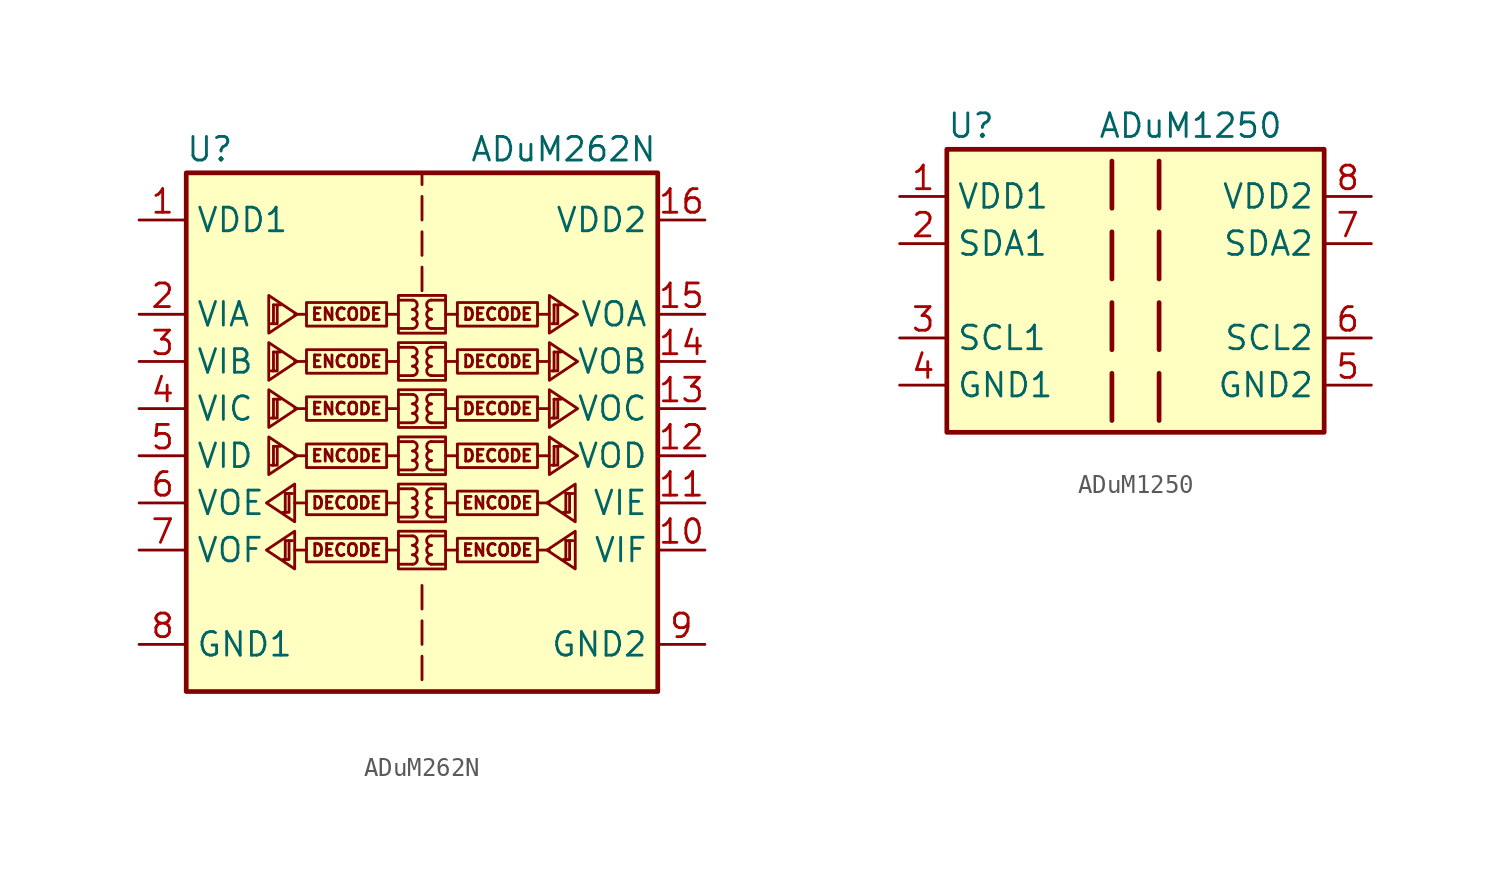
<source format=kicad_sym>
(kicad_symbol_lib
  (version 20220914)
  (generator kicad_symbol_editor)
  (symbol "ADuM262N"
    (property "Reference" "U"
      (at -11.43 16.51 0)
      (effects (font (size 1.27 1.27))))
    (property "Value" "ADuM262N"
      (at 7.62 16.51 0)
      (effects (font (size 1.27 1.27))))
    (symbol "ADuM262N_1_0"
      (rectangle (start -1.27 -4.064) (end 1.27 -6.096) (stroke (width 0) (type default)) (fill (type none)))
      (rectangle (start -1.27 -1.524) (end 1.27 -3.556) (stroke (width 0) (type default)) (fill (type none)))
      (rectangle (start -1.27 1.016) (end 1.27 -1.016) (stroke (width 0) (type default)) (fill (type none)))
      (rectangle (start -1.27 3.556) (end 1.27 1.524) (stroke (width 0) (type default)) (fill (type none)))
      (rectangle (start -1.27 6.096) (end 1.27 4.064) (stroke (width 0) (type default)) (fill (type none)))
      (rectangle (start -1.27 8.636) (end 1.27 6.604) (stroke (width 0) (type default)) (fill (type none)))
      (arc (start -0.508 -5.842) (mid -0.2551 -5.588) (end -0.508 -5.334) (stroke (width 0) (type default)) (fill (type none)))
      (arc (start -0.508 -5.334) (mid -0.2551 -5.08) (end -0.508 -4.826) (stroke (width 0) (type default)) (fill (type none)))
      (arc (start -0.508 -4.826) (mid -0.2551 -4.572) (end -0.508 -4.318) (stroke (width 0) (type default)) (fill (type none)))
      (arc (start -0.508 -3.302) (mid -0.2551 -3.048) (end -0.508 -2.794) (stroke (width 0) (type default)) (fill (type none)))
      (arc (start -0.508 -2.794) (mid -0.2551 -2.54) (end -0.508 -2.286) (stroke (width 0) (type default)) (fill (type none)))
      (arc (start -0.508 -2.286) (mid -0.2551 -2.032) (end -0.508 -1.778) (stroke (width 0) (type default)) (fill (type none)))
      (arc (start -0.508 -0.762) (mid -0.2551 -0.508) (end -0.508 -0.254) (stroke (width 0) (type default)) (fill (type none)))
      (arc (start -0.508 -0.254) (mid -0.2551 0) (end -0.508 0.254) (stroke (width 0) (type default)) (fill (type none)))
      (arc (start -0.508 0.254) (mid -0.2551 0.508) (end -0.508 0.762) (stroke (width 0) (type default)) (fill (type none)))
      (arc (start -0.508 1.778) (mid -0.2551 2.032) (end -0.508 2.286) (stroke (width 0) (type default)) (fill (type none)))
      (arc (start -0.508 2.286) (mid -0.2551 2.54) (end -0.508 2.794) (stroke (width 0) (type default)) (fill (type none)))
      (arc (start -0.508 2.794) (mid -0.2551 3.048) (end -0.508 3.302) (stroke (width 0) (type default)) (fill (type none)))
      (arc (start -0.508 4.318) (mid -0.2551 4.572) (end -0.508 4.826) (stroke (width 0) (type default)) (fill (type none)))
      (arc (start -0.508 4.826) (mid -0.2551 5.08) (end -0.508 5.334) (stroke (width 0) (type default)) (fill (type none)))
      (arc (start -0.508 5.334) (mid -0.2551 5.588) (end -0.508 5.842) (stroke (width 0) (type default)) (fill (type none)))
      (arc (start -0.508 6.858) (mid -0.2551 7.112) (end -0.508 7.366) (stroke (width 0) (type default)) (fill (type none)))
      (arc (start -0.508 7.366) (mid -0.2551 7.62) (end -0.508 7.874) (stroke (width 0) (type default)) (fill (type none)))
      (arc (start -0.508 7.874) (mid -0.2551 8.128) (end -0.508 8.382) (stroke (width 0) (type default)) (fill (type none)))
      (polyline (pts (xy -6.223 -5.08) (xy -6.858 -5.08)) (stroke (width 0) (type default)) (fill (type none)))
      (polyline (pts (xy -6.223 -2.54) (xy -6.858 -2.54)) (stroke (width 0) (type default)) (fill (type none)))
      (polyline (pts (xy -6.223 0) (xy -6.858 0)) (stroke (width 0) (type default)) (fill (type none)))
      (polyline (pts (xy -6.223 2.54) (xy -6.858 2.54)) (stroke (width 0) (type default)) (fill (type none)))
      (polyline (pts (xy -6.223 5.08) (xy -6.858 5.08)) (stroke (width 0) (type default)) (fill (type none)))
      (polyline (pts (xy -6.223 7.62) (xy -6.858 7.62)) (stroke (width 0) (type default)) (fill (type none)))
      (polyline (pts (xy -1.905 -5.08) (xy -1.27 -5.08)) (stroke (width 0) (type default)) (fill (type none)))
      (polyline (pts (xy -1.905 -2.54) (xy -1.27 -2.54)) (stroke (width 0) (type default)) (fill (type none)))
      (polyline (pts (xy -1.905 0) (xy -1.27 0)) (stroke (width 0) (type default)) (fill (type none)))
      (polyline (pts (xy -1.905 2.54) (xy -1.27 2.54)) (stroke (width 0) (type default)) (fill (type none)))
      (polyline (pts (xy -1.905 5.08) (xy -1.27 5.08)) (stroke (width 0) (type default)) (fill (type none)))
      (polyline (pts (xy -1.905 7.62) (xy -1.27 7.62)) (stroke (width 0) (type default)) (fill (type none)))
      (polyline (pts (xy -1.27 -5.842) (xy -0.508 -5.842)) (stroke (width 0) (type default)) (fill (type none)))
      (polyline (pts (xy -1.27 -4.318) (xy -0.508 -4.318)) (stroke (width 0) (type default)) (fill (type none)))
      (polyline (pts (xy -1.27 -3.302) (xy -0.508 -3.302)) (stroke (width 0) (type default)) (fill (type none)))
      (polyline (pts (xy -1.27 -1.778) (xy -0.508 -1.778)) (stroke (width 0) (type default)) (fill (type none)))
      (polyline (pts (xy -1.27 -0.762) (xy -0.508 -0.762)) (stroke (width 0) (type default)) (fill (type none)))
      (polyline (pts (xy -1.27 0.762) (xy -0.508 0.762)) (stroke (width 0) (type default)) (fill (type none)))
      (polyline (pts (xy -1.27 1.778) (xy -0.508 1.778)) (stroke (width 0) (type default)) (fill (type none)))
      (polyline (pts (xy -1.27 3.302) (xy -0.508 3.302)) (stroke (width 0) (type default)) (fill (type none)))
      (polyline (pts (xy -1.27 4.318) (xy -0.508 4.318)) (stroke (width 0) (type default)) (fill (type none)))
      (polyline (pts (xy -1.27 5.842) (xy -0.508 5.842)) (stroke (width 0) (type default)) (fill (type none)))
      (polyline (pts (xy -1.27 6.858) (xy -0.508 6.858)) (stroke (width 0) (type default)) (fill (type none)))
      (polyline (pts (xy -1.27 8.382) (xy -0.508 8.382)) (stroke (width 0) (type default)) (fill (type none)))
      (polyline (pts (xy 0 -10.795) (xy 0 -12.065)) (stroke (width 0) (type default)) (fill (type none)))
      (polyline (pts (xy 0 -8.89) (xy 0 -10.16)) (stroke (width 0) (type default)) (fill (type none)))
      (polyline (pts (xy 0 -6.985) (xy 0 -8.255)) (stroke (width 0) (type default)) (fill (type none)))
      (polyline (pts (xy 0 8.89) (xy 0 10.16)) (stroke (width 0) (type default)) (fill (type none)))
      (polyline (pts (xy 0 10.795) (xy 0 12.065)) (stroke (width 0) (type default)) (fill (type none)))
      (polyline (pts (xy 0 12.7) (xy 0 13.97)) (stroke (width 0) (type default)) (fill (type none)))
      (polyline (pts (xy 0 15.24) (xy 0 14.605)) (stroke (width 0) (type default)) (fill (type none)))
      (polyline (pts (xy 1.27 -5.842) (xy 0.508 -5.842)) (stroke (width 0) (type default)) (fill (type none)))
      (polyline (pts (xy 1.27 -4.318) (xy 0.508 -4.318)) (stroke (width 0) (type default)) (fill (type none)))
      (polyline (pts (xy 1.27 -3.302) (xy 0.508 -3.302)) (stroke (width 0) (type default)) (fill (type none)))
      (polyline (pts (xy 1.27 -1.778) (xy 0.508 -1.778)) (stroke (width 0) (type default)) (fill (type none)))
      (polyline (pts (xy 1.27 -0.762) (xy 0.508 -0.762)) (stroke (width 0) (type default)) (fill (type none)))
      (polyline (pts (xy 1.27 0.762) (xy 0.508 0.762)) (stroke (width 0) (type default)) (fill (type none)))
      (polyline (pts (xy 1.27 1.778) (xy 0.508 1.778)) (stroke (width 0) (type default)) (fill (type none)))
      (polyline (pts (xy 1.27 3.302) (xy 0.508 3.302)) (stroke (width 0) (type default)) (fill (type none)))
      (polyline (pts (xy 1.27 4.318) (xy 0.508 4.318)) (stroke (width 0) (type default)) (fill (type none)))
      (polyline (pts (xy 1.27 5.842) (xy 0.508 5.842)) (stroke (width 0) (type default)) (fill (type none)))
      (polyline (pts (xy 1.27 6.858) (xy 0.508 6.858)) (stroke (width 0) (type default)) (fill (type none)))
      (polyline (pts (xy 1.27 8.382) (xy 0.508 8.382)) (stroke (width 0) (type default)) (fill (type none)))
      (polyline (pts (xy 1.905 -5.08) (xy 1.27 -5.08)) (stroke (width 0) (type default)) (fill (type none)))
      (polyline (pts (xy 1.905 -2.54) (xy 1.27 -2.54)) (stroke (width 0) (type default)) (fill (type none)))
      (polyline (pts (xy 1.905 0) (xy 1.27 0)) (stroke (width 0) (type default)) (fill (type none)))
      (polyline (pts (xy 1.905 2.54) (xy 1.27 2.54)) (stroke (width 0) (type default)) (fill (type none)))
      (polyline (pts (xy 1.905 5.08) (xy 1.27 5.08)) (stroke (width 0) (type default)) (fill (type none)))
      (polyline (pts (xy 1.905 7.62) (xy 1.27 7.62)) (stroke (width 0) (type default)) (fill (type none)))
      (polyline (pts (xy 6.223 -5.08) (xy 6.858 -5.08)) (stroke (width 0) (type default)) (fill (type none)))
      (polyline (pts (xy 6.223 -2.54) (xy 6.858 -2.54)) (stroke (width 0) (type default)) (fill (type none)))
      (polyline (pts (xy 6.223 0) (xy 6.858 0)) (stroke (width 0) (type default)) (fill (type none)))
      (polyline (pts (xy 6.223 2.54) (xy 6.858 2.54)) (stroke (width 0) (type default)) (fill (type none)))
      (polyline (pts (xy 6.223 5.08) (xy 6.858 5.08)) (stroke (width 0) (type default)) (fill (type none)))
      (polyline (pts (xy 6.223 7.62) (xy 6.858 7.62)) (stroke (width 0) (type default)) (fill (type none)))
      (arc (start 0.508 -5.334) (mid 0.2551 -5.588) (end 0.508 -5.842) (stroke (width 0) (type default)) (fill (type none)))
      (arc (start 0.508 -4.826) (mid 0.2551 -5.08) (end 0.508 -5.334) (stroke (width 0) (type default)) (fill (type none)))
      (arc (start 0.508 -4.318) (mid 0.2551 -4.572) (end 0.508 -4.826) (stroke (width 0) (type default)) (fill (type none)))
      (arc (start 0.508 -2.794) (mid 0.2551 -3.048) (end 0.508 -3.302) (stroke (width 0) (type default)) (fill (type none)))
      (arc (start 0.508 -2.286) (mid 0.2551 -2.54) (end 0.508 -2.794) (stroke (width 0) (type default)) (fill (type none)))
      (arc (start 0.508 -1.778) (mid 0.2551 -2.032) (end 0.508 -2.286) (stroke (width 0) (type default)) (fill (type none)))
      (arc (start 0.508 -0.254) (mid 0.2551 -0.508) (end 0.508 -0.762) (stroke (width 0) (type default)) (fill (type none)))
      (arc (start 0.508 0.254) (mid 0.2551 0) (end 0.508 -0.254) (stroke (width 0) (type default)) (fill (type none)))
      (arc (start 0.508 0.762) (mid 0.2551 0.508) (end 0.508 0.254) (stroke (width 0) (type default)) (fill (type none)))
      (arc (start 0.508 2.286) (mid 0.2551 2.032) (end 0.508 1.778) (stroke (width 0) (type default)) (fill (type none)))
      (arc (start 0.508 2.794) (mid 0.2551 2.54) (end 0.508 2.286) (stroke (width 0) (type default)) (fill (type none)))
      (arc (start 0.508 3.302) (mid 0.2551 3.048) (end 0.508 2.794) (stroke (width 0) (type default)) (fill (type none)))
      (arc (start 0.508 4.826) (mid 0.2551 4.572) (end 0.508 4.318) (stroke (width 0) (type default)) (fill (type none)))
      (arc (start 0.508 5.334) (mid 0.2551 5.08) (end 0.508 4.826) (stroke (width 0) (type default)) (fill (type none)))
      (arc (start 0.508 5.842) (mid 0.2551 5.588) (end 0.508 5.334) (stroke (width 0) (type default)) (fill (type none)))
      (arc (start 0.508 7.366) (mid 0.2551 7.112) (end 0.508 6.858) (stroke (width 0) (type default)) (fill (type none)))
      (arc (start 0.508 7.874) (mid 0.2551 7.62) (end 0.508 7.366) (stroke (width 0) (type default)) (fill (type none)))
      (arc (start 0.508 8.382) (mid 0.2551 8.128) (end 0.508 7.874) (stroke (width 0) (type default)) (fill (type none)))
      (rectangle (start 1.905 -4.445) (end 6.223 -5.715) (stroke (width 0) (type default)) (fill (type none)))
      (rectangle (start 1.905 -1.905) (end 6.223 -3.175) (stroke (width 0) (type default)) (fill (type none)))
      (rectangle (start 1.905 0.635) (end 6.223 -0.635) (stroke (width 0) (type default)) (fill (type none)))
      (rectangle (start 1.905 3.175) (end 6.223 1.905) (stroke (width 0) (type default)) (fill (type none)))
      (rectangle (start 1.905 5.715) (end 6.223 4.445) (stroke (width 0) (type default)) (fill (type none)))
      (rectangle (start 1.905 8.255) (end 6.223 6.985) (stroke (width 0) (type default)) (fill (type none)))
      (text "DECODE" (at -4.064 -5.08 0) (effects (font (size 0.635 0.635))))
      (text "DECODE" (at -4.064 -2.54 0) (effects (font (size 0.635 0.635))))
      (text "DECODE" (at 4.064 0 0) (effects (font (size 0.635 0.635))))
      (text "DECODE" (at 4.064 2.54 0) (effects (font (size 0.635 0.635))))
      (text "DECODE" (at 4.064 5.08 0) (effects (font (size 0.635 0.635))))
      (text "DECODE" (at 4.064 7.62 0) (effects (font (size 0.635 0.635))))
      (text "ENCODE" (at -4.064 0 0) (effects (font (size 0.635 0.635))))
      (text "ENCODE" (at -4.064 2.54 0) (effects (font (size 0.635 0.635))))
      (text "ENCODE" (at -4.064 5.08 0) (effects (font (size 0.635 0.635))))
      (text "ENCODE" (at -4.064 7.62 0) (effects (font (size 0.635 0.635))))
      (text "ENCODE" (at 4.064 -5.08 0) (effects (font (size 0.635 0.635))))
      (text "ENCODE" (at 4.064 -2.54 0) (effects (font (size 0.635 0.635)))))
    (symbol "ADuM262N_1_1"
      (rectangle (start -12.7 15.24) (end 12.7 -12.7) (stroke (width 0.254) (type default)) (fill (type background)))
      (rectangle (start -1.905 -4.445) (end -6.223 -5.715) (stroke (width 0) (type default)) (fill (type none)))
      (rectangle (start -1.905 -1.905) (end -6.223 -3.175) (stroke (width 0) (type default)) (fill (type none)))
      (rectangle (start -1.905 0.635) (end -6.223 -0.635) (stroke (width 0) (type default)) (fill (type none)))
      (rectangle (start -1.905 3.175) (end -6.223 1.905) (stroke (width 0) (type default)) (fill (type none)))
      (rectangle (start -1.905 5.715) (end -6.223 4.445) (stroke (width 0) (type default)) (fill (type none)))
      (rectangle (start -1.905 8.255) (end -6.223 6.985) (stroke (width 0) (type default)) (fill (type none)))
      (polyline (pts (xy -8.001 0.508) (xy -7.62 0.508)) (stroke (width 0) (type default)) (fill (type none)))
      (polyline (pts (xy -8.001 3.048) (xy -7.62 3.048)) (stroke (width 0) (type default)) (fill (type none)))
      (polyline (pts (xy -8.001 5.588) (xy -7.62 5.588)) (stroke (width 0) (type default)) (fill (type none)))
      (polyline (pts (xy -8.001 8.128) (xy -7.62 8.128)) (stroke (width 0) (type default)) (fill (type none)))
      (polyline (pts (xy -7.366 -4.572) (xy -6.985 -4.572)) (stroke (width 0) (type default)) (fill (type none)))
      (polyline (pts (xy -7.366 -2.032) (xy -6.985 -2.032)) (stroke (width 0) (type default)) (fill (type none)))
      (polyline (pts (xy 7.112 0.508) (xy 7.493 0.508)) (stroke (width 0) (type default)) (fill (type none)))
      (polyline (pts (xy 7.112 3.048) (xy 7.493 3.048)) (stroke (width 0) (type default)) (fill (type none)))
      (polyline (pts (xy 7.112 5.588) (xy 7.493 5.588)) (stroke (width 0) (type default)) (fill (type none)))
      (polyline (pts (xy 7.112 8.128) (xy 7.493 8.128)) (stroke (width 0) (type default)) (fill (type none)))
      (polyline (pts (xy 7.747 -4.572) (xy 8.128 -4.572)) (stroke (width 0) (type default)) (fill (type none)))
      (polyline (pts (xy 7.747 -2.032) (xy 8.128 -2.032)) (stroke (width 0) (type default)) (fill (type none)))
      (polyline (pts (xy -8.052 -0.508) (xy -7.798 -0.508) (xy -7.798 0.508)) (stroke (width 0) (type default)) (fill (type none)))
      (polyline (pts (xy -8.052 2.032) (xy -7.798 2.032) (xy -7.798 3.048)) (stroke (width 0) (type default)) (fill (type none)))
      (polyline (pts (xy -8.052 4.572) (xy -7.798 4.572) (xy -7.798 5.588)) (stroke (width 0) (type default)) (fill (type none)))
      (polyline (pts (xy -8.052 7.112) (xy -7.798 7.112) (xy -7.798 8.128)) (stroke (width 0) (type default)) (fill (type none)))
      (polyline (pts (xy -8.001 0.508) (xy -8.001 -0.508) (xy -8.128 -0.508)) (stroke (width 0) (type default)) (fill (type none)))
      (polyline (pts (xy -8.001 3.048) (xy -8.001 2.032) (xy -8.128 2.032)) (stroke (width 0) (type default)) (fill (type none)))
      (polyline (pts (xy -8.001 5.588) (xy -8.001 4.572) (xy -8.128 4.572)) (stroke (width 0) (type default)) (fill (type none)))
      (polyline (pts (xy -8.001 8.128) (xy -8.001 7.112) (xy -8.128 7.112)) (stroke (width 0) (type default)) (fill (type none)))
      (polyline (pts (xy -7.417 -5.588) (xy -7.163 -5.588) (xy -7.163 -4.572)) (stroke (width 0) (type default)) (fill (type none)))
      (polyline (pts (xy -7.417 -3.048) (xy -7.163 -3.048) (xy -7.163 -2.032)) (stroke (width 0) (type default)) (fill (type none)))
      (polyline (pts (xy -7.366 -4.572) (xy -7.366 -5.588) (xy -7.493 -5.588)) (stroke (width 0) (type default)) (fill (type none)))
      (polyline (pts (xy -7.366 -2.032) (xy -7.366 -3.048) (xy -7.493 -3.048)) (stroke (width 0) (type default)) (fill (type none)))
      (polyline (pts (xy 7.061 -0.508) (xy 7.315 -0.508) (xy 7.315 0.508)) (stroke (width 0) (type default)) (fill (type none)))
      (polyline (pts (xy 7.061 2.032) (xy 7.315 2.032) (xy 7.315 3.048)) (stroke (width 0) (type default)) (fill (type none)))
      (polyline (pts (xy 7.061 4.572) (xy 7.315 4.572) (xy 7.315 5.588)) (stroke (width 0) (type default)) (fill (type none)))
      (polyline (pts (xy 7.061 7.112) (xy 7.315 7.112) (xy 7.315 8.128)) (stroke (width 0) (type default)) (fill (type none)))
      (polyline (pts (xy 7.112 0.508) (xy 7.112 -0.508) (xy 6.985 -0.508)) (stroke (width 0) (type default)) (fill (type none)))
      (polyline (pts (xy 7.112 3.048) (xy 7.112 2.032) (xy 6.985 2.032)) (stroke (width 0) (type default)) (fill (type none)))
      (polyline (pts (xy 7.112 5.588) (xy 7.112 4.572) (xy 6.985 4.572)) (stroke (width 0) (type default)) (fill (type none)))
      (polyline (pts (xy 7.112 8.128) (xy 7.112 7.112) (xy 6.985 7.112)) (stroke (width 0) (type default)) (fill (type none)))
      (polyline (pts (xy 7.696 -5.588) (xy 7.95 -5.588) (xy 7.95 -4.572)) (stroke (width 0) (type default)) (fill (type none)))
      (polyline (pts (xy 7.696 -3.048) (xy 7.95 -3.048) (xy 7.95 -2.032)) (stroke (width 0) (type default)) (fill (type none)))
      (polyline (pts (xy 7.747 -4.572) (xy 7.747 -5.588) (xy 7.62 -5.588)) (stroke (width 0) (type default)) (fill (type none)))
      (polyline (pts (xy 7.747 -2.032) (xy 7.747 -3.048) (xy 7.62 -3.048)) (stroke (width 0) (type default)) (fill (type none)))
      (polyline (pts (xy -8.382 -5.08) (xy -6.858 -4.064) (xy -6.858 -6.096) (xy -8.382 -5.08)) (stroke (width 0) (type default)) (fill (type none)))
      (polyline (pts (xy -8.382 -2.54) (xy -6.858 -1.524) (xy -6.858 -3.556) (xy -8.382 -2.54)) (stroke (width 0) (type default)) (fill (type none)))
      (polyline (pts (xy -6.731 0) (xy -8.255 1.016) (xy -8.255 -1.016) (xy -6.731 0)) (stroke (width 0) (type default)) (fill (type none)))
      (polyline (pts (xy -6.731 2.54) (xy -8.255 3.556) (xy -8.255 1.524) (xy -6.731 2.54)) (stroke (width 0) (type default)) (fill (type none)))
      (polyline (pts (xy -6.731 5.08) (xy -8.255 6.096) (xy -8.255 4.064) (xy -6.731 5.08)) (stroke (width 0) (type default)) (fill (type none)))
      (polyline (pts (xy -6.731 7.62) (xy -8.255 8.636) (xy -8.255 6.604) (xy -6.731 7.62)) (stroke (width 0) (type default)) (fill (type none)))
      (polyline (pts (xy 6.731 -5.08) (xy 8.255 -4.064) (xy 8.255 -6.096) (xy 6.731 -5.08)) (stroke (width 0) (type default)) (fill (type none)))
      (polyline (pts (xy 6.731 -2.54) (xy 8.255 -1.524) (xy 8.255 -3.556) (xy 6.731 -2.54)) (stroke (width 0) (type default)) (fill (type none)))
      (polyline (pts (xy 8.382 0) (xy 6.858 1.016) (xy 6.858 -1.016) (xy 8.382 0)) (stroke (width 0) (type default)) (fill (type none)))
      (polyline (pts (xy 8.382 2.54) (xy 6.858 3.556) (xy 6.858 1.524) (xy 8.382 2.54)) (stroke (width 0) (type default)) (fill (type none)))
      (polyline (pts (xy 8.382 5.08) (xy 6.858 6.096) (xy 6.858 4.064) (xy 8.382 5.08)) (stroke (width 0) (type default)) (fill (type none)))
      (polyline (pts (xy 8.382 7.62) (xy 6.858 8.636) (xy 6.858 6.604) (xy 8.382 7.62)) (stroke (width 0) (type default)) (fill (type none)))
      (pin power_in line (at -15.24 12.7 0) (length 2.54) (name "VDD1" (effects (font (size 1.27 1.27)))) (number "1" (effects (font (size 1.27 1.27)))))
      (pin input line (at 15.24 -5.08 180) (length 2.54) (name "VIF" (effects (font (size 1.27 1.27)))) (number "10" (effects (font (size 1.27 1.27)))))
      (pin input line (at 15.24 -2.54 180) (length 2.54) (name "VIE" (effects (font (size 1.27 1.27)))) (number "11" (effects (font (size 1.27 1.27)))))
      (pin output line (at 15.24 0 180) (length 2.54) (name "VOD" (effects (font (size 1.27 1.27)))) (number "12" (effects (font (size 1.27 1.27)))))
      (pin output line (at 15.24 2.54 180) (length 2.54) (name "VOC" (effects (font (size 1.27 1.27)))) (number "13" (effects (font (size 1.27 1.27)))))
      (pin output line (at 15.24 5.08 180) (length 2.54) (name "VOB" (effects (font (size 1.27 1.27)))) (number "14" (effects (font (size 1.27 1.27)))))
      (pin output line (at 15.24 7.62 180) (length 2.54) (name "VOA" (effects (font (size 1.27 1.27)))) (number "15" (effects (font (size 1.27 1.27)))))
      (pin power_in line (at 15.24 12.7 180) (length 2.54) (name "VDD2" (effects (font (size 1.27 1.27)))) (number "16" (effects (font (size 1.27 1.27)))))
      (pin input line (at -15.24 7.62 0) (length 2.54) (name "VIA" (effects (font (size 1.27 1.27)))) (number "2" (effects (font (size 1.27 1.27)))))
      (pin input line (at -15.24 5.08 0) (length 2.54) (name "VIB" (effects (font (size 1.27 1.27)))) (number "3" (effects (font (size 1.27 1.27)))))
      (pin input line (at -15.24 2.54 0) (length 2.54) (name "VIC" (effects (font (size 1.27 1.27)))) (number "4" (effects (font (size 1.27 1.27)))))
      (pin input line (at -15.24 0 0) (length 2.54) (name "VID" (effects (font (size 1.27 1.27)))) (number "5" (effects (font (size 1.27 1.27)))))
      (pin output line (at -15.24 -2.54 0) (length 2.54) (name "VOE" (effects (font (size 1.27 1.27)))) (number "6" (effects (font (size 1.27 1.27)))))
      (pin output line (at -15.24 -5.08 0) (length 2.54) (name "VOF" (effects (font (size 1.27 1.27)))) (number "7" (effects (font (size 1.27 1.27)))))
      (pin power_in line (at -15.24 -10.16 0) (length 2.54) (name "GND1" (effects (font (size 1.27 1.27)))) (number "8" (effects (font (size 1.27 1.27)))))
      (pin power_in line (at 15.24 -10.16 180) (length 2.54) (name "GND2" (effects (font (size 1.27 1.27)))) (number "9" (effects (font (size 1.27 1.27)))))))
  (symbol "ADuM1250"
    (property "Reference" "U"
      (at -10.16 8.89 0)
      (effects (font (size 1.27 1.27)) (justify left)))
    (property "Value" "ADuM1250"
      (at -2.032 8.89 0)
      (effects (font (size 1.27 1.27)) (justify left)))
    (symbol "ADuM1250_0_1"
      (rectangle (start -10.16 7.62) (end 10.16 -7.62) (stroke (width 0.254) (type default)) (fill (type background)))
      (polyline (pts (xy -1.27 -4.445) (xy -1.27 -6.985)) (stroke (width 0.254) (type default)) (fill (type none)))
      (polyline (pts (xy -1.27 -0.635) (xy -1.27 -3.175)) (stroke (width 0.254) (type default)) (fill (type none)))
      (polyline (pts (xy -1.27 3.175) (xy -1.27 0.635)) (stroke (width 0.254) (type default)) (fill (type none)))
      (polyline (pts (xy -1.27 6.985) (xy -1.27 4.445)) (stroke (width 0.254) (type default)) (fill (type none)))
      (polyline (pts (xy 1.27 -4.445) (xy 1.27 -6.985)) (stroke (width 0.254) (type default)) (fill (type none)))
      (polyline (pts (xy 1.27 -0.635) (xy 1.27 -3.175)) (stroke (width 0.254) (type default)) (fill (type none)))
      (polyline (pts (xy 1.27 3.175) (xy 1.27 0.635)) (stroke (width 0.254) (type default)) (fill (type none)))
      (polyline (pts (xy 1.27 6.985) (xy 1.27 4.445)) (stroke (width 0.254) (type default)) (fill (type none))))
    (symbol "ADuM1250_1_1"
      (pin power_in line (at -12.7 5.08 0) (length 2.54) (name "VDD1" (effects (font (size 1.27 1.27)))) (number "1" (effects (font (size 1.27 1.27)))))
      (pin bidirectional line (at -12.7 2.54 0) (length 2.54) (name "SDA1" (effects (font (size 1.27 1.27)))) (number "2" (effects (font (size 1.27 1.27)))))
      (pin bidirectional line (at -12.7 -2.54 0) (length 2.54) (name "SCL1" (effects (font (size 1.27 1.27)))) (number "3" (effects (font (size 1.27 1.27)))))
      (pin power_in line (at -12.7 -5.08 0) (length 2.54) (name "GND1" (effects (font (size 1.27 1.27)))) (number "4" (effects (font (size 1.27 1.27)))))
      (pin power_in line (at 12.7 -5.08 180) (length 2.54) (name "GND2" (effects (font (size 1.27 1.27)))) (number "5" (effects (font (size 1.27 1.27)))))
      (pin bidirectional line (at 12.7 -2.54 180) (length 2.54) (name "SCL2" (effects (font (size 1.27 1.27)))) (number "6" (effects (font (size 1.27 1.27)))))
      (pin bidirectional line (at 12.7 2.54 180) (length 2.54) (name "SDA2" (effects (font (size 1.27 1.27)))) (number "7" (effects (font (size 1.27 1.27)))))
      (pin power_in line (at 12.7 5.08 180) (length 2.54) (name "VDD2" (effects (font (size 1.27 1.27)))) (number "8" (effects (font (size 1.27 1.27))))))))
</source>
